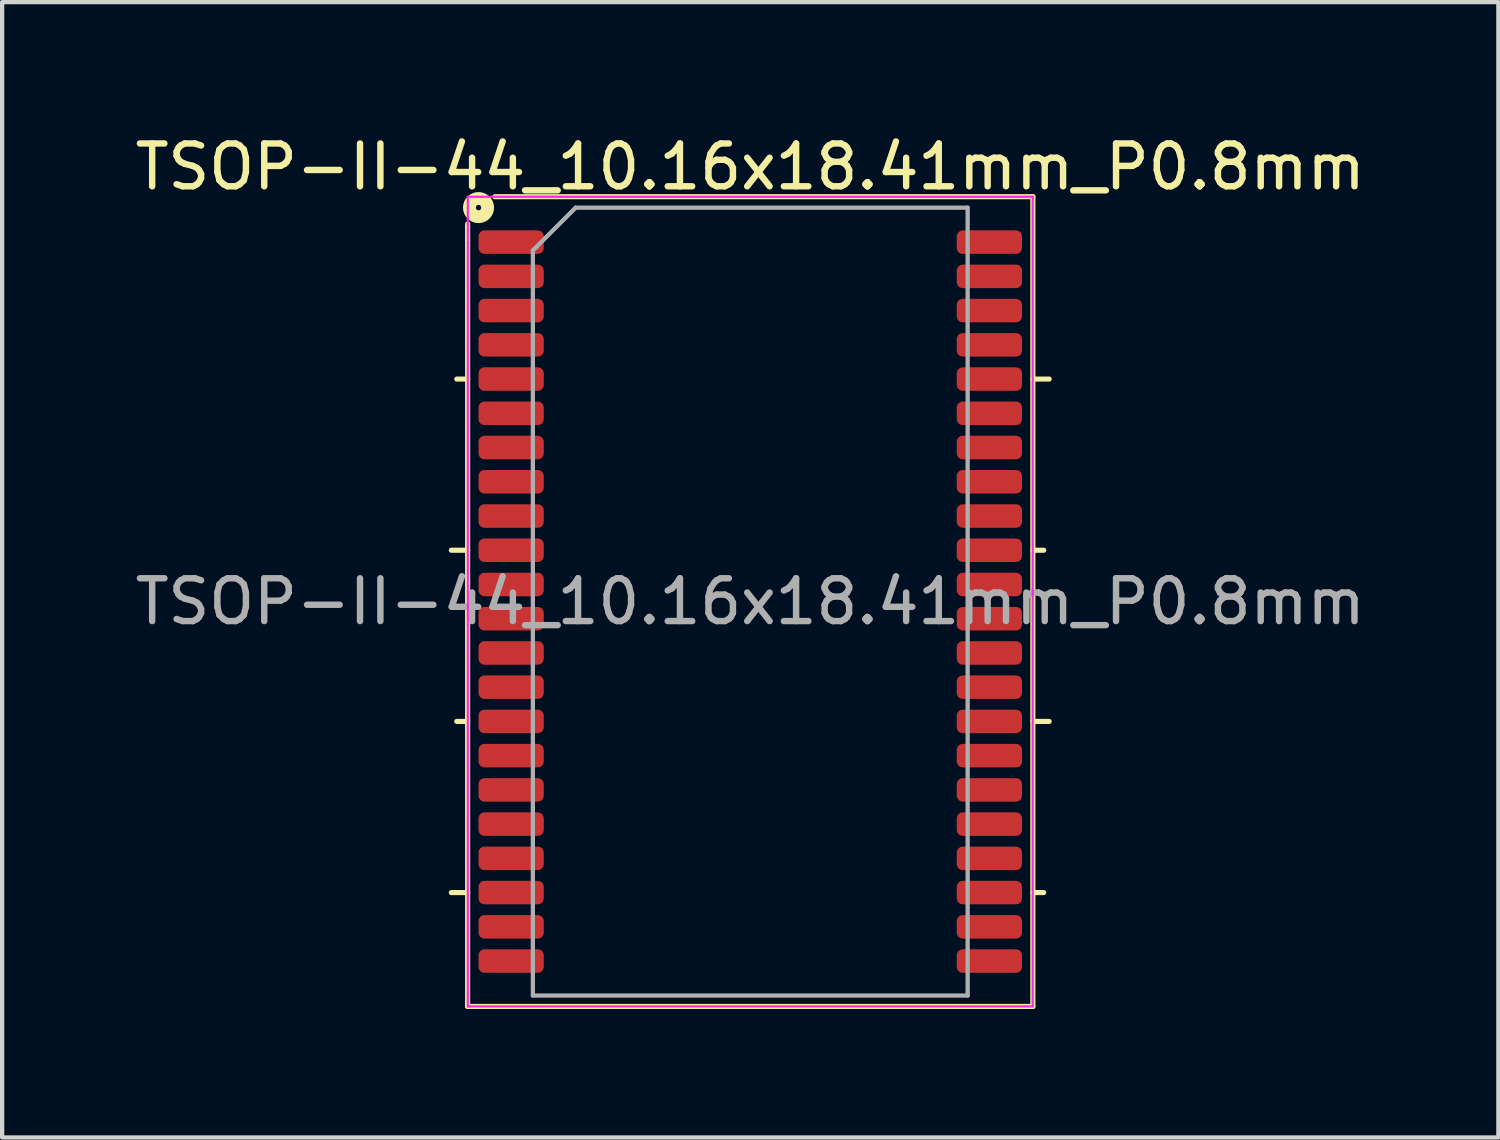
<source format=kicad_pcb>
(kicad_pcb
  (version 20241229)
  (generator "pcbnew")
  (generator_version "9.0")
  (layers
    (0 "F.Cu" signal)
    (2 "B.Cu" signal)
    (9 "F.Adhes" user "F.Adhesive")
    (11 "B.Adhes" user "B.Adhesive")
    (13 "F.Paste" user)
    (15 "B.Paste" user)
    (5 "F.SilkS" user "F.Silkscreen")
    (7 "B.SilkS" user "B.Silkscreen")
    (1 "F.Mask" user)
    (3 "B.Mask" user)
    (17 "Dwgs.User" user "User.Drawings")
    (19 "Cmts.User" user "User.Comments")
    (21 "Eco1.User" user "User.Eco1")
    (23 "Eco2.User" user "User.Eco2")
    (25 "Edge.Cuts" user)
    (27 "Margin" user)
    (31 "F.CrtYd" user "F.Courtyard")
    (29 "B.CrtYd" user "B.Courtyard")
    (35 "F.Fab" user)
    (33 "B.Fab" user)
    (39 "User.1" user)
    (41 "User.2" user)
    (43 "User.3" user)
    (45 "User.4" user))
  (footprint "TSOP-II-44_10.16x18.41mm_P0.8mm"
    (layer "F.Cu")
    (at 14.482 11.008)
    (property "Reference" "TSOP-II-44_10.16x18.41mm_P0.8mm" (at 0 -10.16 0) (layer "F.SilkS") (effects (font (size 1 1) (thickness 0.15))))
    (attr smd)
    (fp_line (start -6.985 6.8) (end -6.604 6.8) (stroke (width 0.12) (type solid)) (layer "F.SilkS"))
    (fp_line (start -6.858 -5.2) (end -6.604 -5.2) (stroke (width 0.12) (type solid)) (layer "F.SilkS"))
    (fp_line (start -6.858 2.8) (end -6.604 2.8) (stroke (width 0.12) (type solid)) (layer "F.SilkS"))
    (fp_line (start -6.604 -8.763) (end -6.604 -8.826) (stroke (width 0.12) (type solid)) (layer "F.SilkS"))
    (fp_line (start -6.604 -8.763) (end -6.604 -8.445) (stroke (width 0.12) (type solid)) (layer "F.SilkS"))
    (fp_line (start -6.604 -8.445) (end -6.604 9.461) (stroke (width 0.12) (type solid)) (layer "F.SilkS"))
    (fp_line (start -6.604 -1.2) (end -6.985 -1.2) (stroke (width 0.12) (type solid)) (layer "F.SilkS"))
    (fp_line (start -6.604 9.461) (end 6.604 9.461) (stroke (width 0.12) (type solid)) (layer "F.SilkS"))
    (fp_line (start 6.604 -9.461) (end -5.969 -9.461) (stroke (width 0.12) (type solid)) (layer "F.SilkS"))
    (fp_line (start 6.604 -5.2) (end 6.985 -5.2) (stroke (width 0.12) (type solid)) (layer "F.SilkS"))
    (fp_line (start 6.604 -1.2) (end 6.858 -1.2) (stroke (width 0.12) (type solid)) (layer "F.SilkS"))
    (fp_line (start 6.604 9.461) (end 6.604 -9.461) (stroke (width 0.12) (type solid)) (layer "F.SilkS"))
    (fp_line (start 6.858 6.8) (end 6.604 6.8) (stroke (width 0.12) (type solid)) (layer "F.SilkS"))
    (fp_line (start 6.985 2.8) (end 6.604 2.8) (stroke (width 0.12) (type solid)) (layer "F.SilkS"))
    (fp_circle (center -6.35 -9.207) (end -6.287 -9.207) (stroke (width 0.3) (type solid)) (fill no) (layer "F.SilkS"))
    (fp_line (start -6.6 -9.46) (end -6.6 9.46) (stroke (width 0.05) (type solid)) (layer "F.CrtYd"))
    (fp_line (start -6.6 9.46) (end 6.6 9.46) (stroke (width 0.05) (type solid)) (layer "F.CrtYd"))
    (fp_line (start 6.6 -9.46) (end -6.6 -9.46) (stroke (width 0.05) (type solid)) (layer "F.CrtYd"))
    (fp_line (start 6.6 9.46) (end 6.6 -9.46) (stroke (width 0.05) (type solid)) (layer "F.CrtYd"))
    (fp_line (start -5.08 -8.205) (end -4.08 -9.205) (stroke (width 0.1) (type solid)) (layer "F.Fab"))
    (fp_line (start -5.08 9.205) (end -5.08 -8.205) (stroke (width 0.1) (type solid)) (layer "F.Fab"))
    (fp_line (start -4.08 -9.205) (end 5.08 -9.205) (stroke (width 0.1) (type solid)) (layer "F.Fab"))
    (fp_line (start 5.08 -9.205) (end 5.08 9.205) (stroke (width 0.1) (type solid)) (layer "F.Fab"))
    (fp_line (start 5.08 9.205) (end -5.08 9.205) (stroke (width 0.1) (type solid)) (layer "F.Fab"))
    (fp_text user "${REFERENCE}" (at 0 0 0) (layer "F.Fab") (effects (font (size 1 1) (thickness 0.15))))
    (pad "1" smd roundrect (at -5.588 -8.4) (size 1.525 0.55) (layers "F.Cu" "F.Mask" "F.Paste") (roundrect_rratio 0.25))
    (pad "2" smd roundrect (at -5.588 -7.6) (size 1.525 0.55) (layers "F.Cu" "F.Mask" "F.Paste") (roundrect_rratio 0.25))
    (pad "3" smd roundrect (at -5.588 -6.8) (size 1.525 0.55) (layers "F.Cu" "F.Mask" "F.Paste") (roundrect_rratio 0.25))
    (pad "4" smd roundrect (at -5.588 -6) (size 1.525 0.55) (layers "F.Cu" "F.Mask" "F.Paste") (roundrect_rratio 0.25))
    (pad "5" smd roundrect (at -5.588 -5.2) (size 1.525 0.55) (layers "F.Cu" "F.Mask" "F.Paste") (roundrect_rratio 0.25))
    (pad "6" smd roundrect (at -5.588 -4.4) (size 1.525 0.55) (layers "F.Cu" "F.Mask" "F.Paste") (roundrect_rratio 0.25))
    (pad "7" smd roundrect (at -5.588 -3.6) (size 1.525 0.55) (layers "F.Cu" "F.Mask" "F.Paste") (roundrect_rratio 0.25))
    (pad "8" smd roundrect (at -5.588 -2.8) (size 1.525 0.55) (layers "F.Cu" "F.Mask" "F.Paste") (roundrect_rratio 0.25))
    (pad "9" smd roundrect (at -5.588 -2) (size 1.525 0.55) (layers "F.Cu" "F.Mask" "F.Paste") (roundrect_rratio 0.25))
    (pad "10" smd roundrect (at -5.588 -1.2) (size 1.525 0.55) (layers "F.Cu" "F.Mask" "F.Paste") (roundrect_rratio 0.25))
    (pad "11" smd roundrect (at -5.588 -0.4) (size 1.525 0.55) (layers "F.Cu" "F.Mask" "F.Paste") (roundrect_rratio 0.25))
    (pad "12" smd roundrect (at -5.588 0.4) (size 1.525 0.55) (layers "F.Cu" "F.Mask" "F.Paste") (roundrect_rratio 0.25))
    (pad "13" smd roundrect (at -5.588 1.2) (size 1.525 0.55) (layers "F.Cu" "F.Mask" "F.Paste") (roundrect_rratio 0.25))
    (pad "14" smd roundrect (at -5.588 2) (size 1.525 0.55) (layers "F.Cu" "F.Mask" "F.Paste") (roundrect_rratio 0.25))
    (pad "15" smd roundrect (at -5.588 2.8) (size 1.525 0.55) (layers "F.Cu" "F.Mask" "F.Paste") (roundrect_rratio 0.25))
    (pad "16" smd roundrect (at -5.588 3.6) (size 1.525 0.55) (layers "F.Cu" "F.Mask" "F.Paste") (roundrect_rratio 0.25))
    (pad "17" smd roundrect (at -5.588 4.4) (size 1.525 0.55) (layers "F.Cu" "F.Mask" "F.Paste") (roundrect_rratio 0.25))
    (pad "18" smd roundrect (at -5.588 5.2) (size 1.525 0.55) (layers "F.Cu" "F.Mask" "F.Paste") (roundrect_rratio 0.25))
    (pad "19" smd roundrect (at -5.588 6) (size 1.525 0.55) (layers "F.Cu" "F.Mask" "F.Paste") (roundrect_rratio 0.25))
    (pad "20" smd roundrect (at -5.588 6.8) (size 1.525 0.55) (layers "F.Cu" "F.Mask" "F.Paste") (roundrect_rratio 0.25))
    (pad "21" smd roundrect (at -5.588 7.6) (size 1.525 0.55) (layers "F.Cu" "F.Mask" "F.Paste") (roundrect_rratio 0.25))
    (pad "22" smd roundrect (at -5.588 8.4) (size 1.525 0.55) (layers "F.Cu" "F.Mask" "F.Paste") (roundrect_rratio 0.25))
    (pad "23" smd roundrect (at 5.588 8.4) (size 1.525 0.55) (layers "F.Cu" "F.Mask" "F.Paste") (roundrect_rratio 0.25))
    (pad "24" smd roundrect (at 5.588 7.6) (size 1.525 0.55) (layers "F.Cu" "F.Mask" "F.Paste") (roundrect_rratio 0.25))
    (pad "25" smd roundrect (at 5.588 6.8) (size 1.525 0.55) (layers "F.Cu" "F.Mask" "F.Paste") (roundrect_rratio 0.25))
    (pad "26" smd roundrect (at 5.588 6) (size 1.525 0.55) (layers "F.Cu" "F.Mask" "F.Paste") (roundrect_rratio 0.25))
    (pad "27" smd roundrect (at 5.588 5.2) (size 1.525 0.55) (layers "F.Cu" "F.Mask" "F.Paste") (roundrect_rratio 0.25))
    (pad "28" smd roundrect (at 5.588 4.4) (size 1.525 0.55) (layers "F.Cu" "F.Mask" "F.Paste") (roundrect_rratio 0.25))
    (pad "29" smd roundrect (at 5.588 3.6) (size 1.525 0.55) (layers "F.Cu" "F.Mask" "F.Paste") (roundrect_rratio 0.25))
    (pad "30" smd roundrect (at 5.588 2.8) (size 1.525 0.55) (layers "F.Cu" "F.Mask" "F.Paste") (roundrect_rratio 0.25))
    (pad "31" smd roundrect (at 5.588 2) (size 1.525 0.55) (layers "F.Cu" "F.Mask" "F.Paste") (roundrect_rratio 0.25))
    (pad "32" smd roundrect (at 5.588 1.2) (size 1.525 0.55) (layers "F.Cu" "F.Mask" "F.Paste") (roundrect_rratio 0.25))
    (pad "33" smd roundrect (at 5.588 0.4) (size 1.525 0.55) (layers "F.Cu" "F.Mask" "F.Paste") (roundrect_rratio 0.25))
    (pad "34" smd roundrect (at 5.588 -0.4) (size 1.525 0.55) (layers "F.Cu" "F.Mask" "F.Paste") (roundrect_rratio 0.25))
    (pad "35" smd roundrect (at 5.588 -1.2) (size 1.525 0.55) (layers "F.Cu" "F.Mask" "F.Paste") (roundrect_rratio 0.25))
    (pad "36" smd roundrect (at 5.588 -2) (size 1.525 0.55) (layers "F.Cu" "F.Mask" "F.Paste") (roundrect_rratio 0.25))
    (pad "37" smd roundrect (at 5.588 -2.8) (size 1.525 0.55) (layers "F.Cu" "F.Mask" "F.Paste") (roundrect_rratio 0.25))
    (pad "38" smd roundrect (at 5.588 -3.6) (size 1.525 0.55) (layers "F.Cu" "F.Mask" "F.Paste") (roundrect_rratio 0.25))
    (pad "39" smd roundrect (at 5.588 -4.4) (size 1.525 0.55) (layers "F.Cu" "F.Mask" "F.Paste") (roundrect_rratio 0.25))
    (pad "40" smd roundrect (at 5.588 -5.2) (size 1.525 0.55) (layers "F.Cu" "F.Mask" "F.Paste") (roundrect_rratio 0.25))
    (pad "41" smd roundrect (at 5.588 -6) (size 1.525 0.55) (layers "F.Cu" "F.Mask" "F.Paste") (roundrect_rratio 0.25))
    (pad "42" smd roundrect (at 5.588 -6.8) (size 1.525 0.55) (layers "F.Cu" "F.Mask" "F.Paste") (roundrect_rratio 0.25))
    (pad "43" smd roundrect (at 5.588 -7.6) (size 1.525 0.55) (layers "F.Cu" "F.Mask" "F.Paste") (roundrect_rratio 0.25))
    (pad "44" smd roundrect (at 5.588 -8.4) (size 1.525 0.55) (layers "F.Cu" "F.Mask" "F.Paste") (roundrect_rratio 0.25)))
  (gr_rect
    (start -3 -3)
    (end 31.964 23.53)
    (stroke (width 0.1) (type default))
    (fill no)
    (layer "Edge.Cuts")))
</source>
